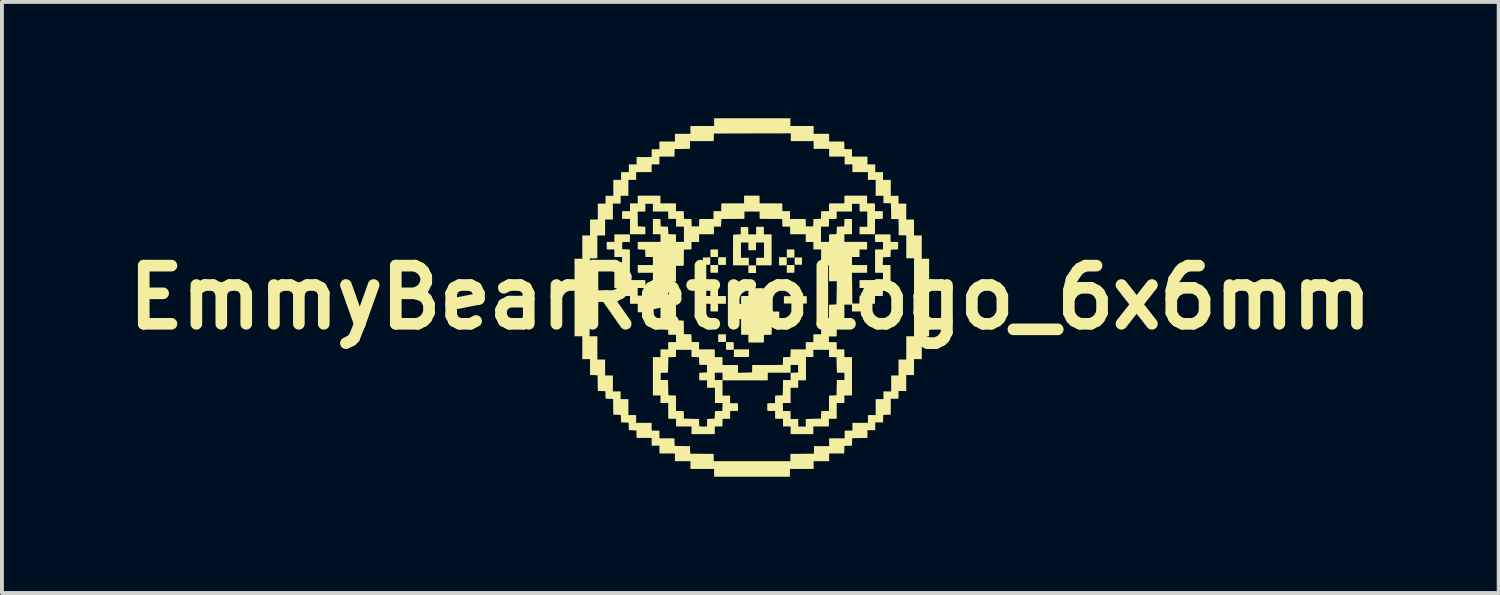
<source format=kicad_pcb>
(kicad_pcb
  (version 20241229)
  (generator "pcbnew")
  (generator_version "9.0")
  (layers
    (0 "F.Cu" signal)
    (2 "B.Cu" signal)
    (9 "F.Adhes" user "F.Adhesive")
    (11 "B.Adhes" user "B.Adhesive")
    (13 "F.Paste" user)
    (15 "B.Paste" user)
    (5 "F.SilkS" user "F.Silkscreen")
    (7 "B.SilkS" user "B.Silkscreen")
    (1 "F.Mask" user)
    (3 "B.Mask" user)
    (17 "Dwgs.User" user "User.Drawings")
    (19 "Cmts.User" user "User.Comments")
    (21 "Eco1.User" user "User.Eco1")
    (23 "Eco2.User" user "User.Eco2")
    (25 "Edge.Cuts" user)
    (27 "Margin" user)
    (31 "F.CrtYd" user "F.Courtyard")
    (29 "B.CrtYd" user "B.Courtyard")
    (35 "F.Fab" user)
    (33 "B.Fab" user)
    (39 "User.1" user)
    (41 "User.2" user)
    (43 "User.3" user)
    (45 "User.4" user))
  (footprint "EmmyBearRetroLogo_6x6mm"
    (layer "F.Cu")
    (at 16.3 4.622)
    (property "Reference" "EmmyBearRetroLogo_6x6mm" (at 0 0 0) (layer "F.SilkS") (effects (font (size 1.5 1.5) (thickness 0.3))))
    (attr board_only exclude_from_pos_files exclude_from_bom)
    (fp_poly (pts (xy -1.033 -0.939) (xy -1.033 -0.844) (xy -1.128 -0.844) (xy -1.222 -0.844) (xy -1.222 -0.939) (xy -1.222 -1.033) (xy -1.128 -1.033) (xy -1.033 -1.033)) (stroke (width 0) (type solid)) (fill yes) (layer "F.SilkS"))
    (fp_poly (pts (xy -0.833 -1.139) (xy -0.833 -1.044) (xy -0.928 -1.044) (xy -1.022 -1.044) (xy -1.022 -1.139) (xy -1.022 -1.233) (xy -0.928 -1.233) (xy -0.833 -1.233)) (stroke (width 0) (type solid)) (fill yes) (layer "F.SilkS"))
    (fp_poly (pts (xy -0.833 -1.139) (xy -0.833 -1.044) (xy -0.928 -1.044) (xy -1.022 -1.044) (xy -1.022 -1.139) (xy -1.022 -1.233) (xy -0.928 -1.233) (xy -0.833 -1.233)) (stroke (width 0) (type solid)) (fill yes) (layer "F.SilkS"))
    (fp_poly (pts (xy -0.833 -0.739) (xy -0.833 -0.644) (xy -0.928 -0.644) (xy -1.022 -0.644) (xy -1.022 -0.739) (xy -1.022 -0.833) (xy -0.928 -0.833) (xy -0.833 -0.833)) (stroke (width 0) (type solid)) (fill yes) (layer "F.SilkS"))
    (fp_poly (pts (xy -0.833 -0.739) (xy -0.833 -0.644) (xy -0.928 -0.644) (xy -1.022 -0.644) (xy -1.022 -0.739) (xy -1.022 -0.833) (xy -0.928 -0.833) (xy -0.833 -0.833)) (stroke (width 0) (type solid)) (fill yes) (layer "F.SilkS"))
    (fp_poly (pts (xy -0.633 -0.939) (xy -0.633 -0.844) (xy -0.728 -0.844) (xy -0.822 -0.844) (xy -0.822 -0.939) (xy -0.822 -1.033) (xy -0.728 -1.033) (xy -0.633 -1.033)) (stroke (width 0) (type solid)) (fill yes) (layer "F.SilkS"))
    (fp_poly (pts (xy -0.633 -0.939) (xy -0.633 -0.844) (xy -0.728 -0.844) (xy -0.822 -0.844) (xy -0.822 -0.939) (xy -0.822 -1.033) (xy -0.728 -1.033) (xy -0.633 -1.033)) (stroke (width 0) (type solid)) (fill yes) (layer "F.SilkS"))
    (fp_poly (pts (xy -0.633 1.05) (xy -0.633 1.144) (xy -0.728 1.144) (xy -0.822 1.144) (xy -0.822 1.05) (xy -0.822 0.956) (xy -0.728 0.956) (xy -0.633 0.956)) (stroke (width 0) (type solid)) (fill yes) (layer "F.SilkS"))
    (fp_poly (pts (xy -0.633 1.05) (xy -0.633 1.144) (xy -0.728 1.144) (xy -0.822 1.144) (xy -0.822 1.05) (xy -0.822 0.956) (xy -0.728 0.956) (xy -0.633 0.956)) (stroke (width 0) (type solid)) (fill yes) (layer "F.SilkS"))
    (fp_poly (pts (xy -0.433 1.25) (xy -0.433 1.344) (xy -0.528 1.344) (xy -0.622 1.344) (xy -0.622 1.25) (xy -0.622 1.156) (xy -0.528 1.156) (xy -0.433 1.156)) (stroke (width 0) (type solid)) (fill yes) (layer "F.SilkS"))
    (fp_poly (pts (xy -0.433 1.25) (xy -0.433 1.344) (xy -0.528 1.344) (xy -0.622 1.344) (xy -0.622 1.25) (xy -0.622 1.156) (xy -0.528 1.156) (xy -0.433 1.156)) (stroke (width 0) (type solid)) (fill yes) (layer "F.SilkS"))
    (fp_poly (pts (xy -0.033 1.439) (xy -0.033 1.533) (xy -0.228 1.533) (xy -0.422 1.533) (xy -0.422 1.439) (xy -0.422 1.344) (xy -0.228 1.344) (xy -0.033 1.344)) (stroke (width 0) (type solid)) (fill yes) (layer "F.SilkS"))
    (fp_poly (pts (xy -0.033 1.439) (xy -0.033 1.533) (xy -0.228 1.533) (xy -0.422 1.533) (xy -0.422 1.439) (xy -0.422 1.344) (xy -0.228 1.344) (xy -0.033 1.344)) (stroke (width 0) (type solid)) (fill yes) (layer "F.SilkS"))
    (fp_poly (pts (xy 0.144 -0.728) (xy 0.144 -0.633) (xy 0.05 -0.633) (xy -0.044 -0.633) (xy -0.044 -0.728) (xy -0.044 -0.822) (xy 0.05 -0.822) (xy 0.144 -0.822)) (stroke (width 0) (type solid)) (fill yes) (layer "F.SilkS"))
    (fp_poly (pts (xy 0.144 -0.728) (xy 0.144 -0.633) (xy 0.05 -0.633) (xy -0.044 -0.633) (xy -0.044 -0.728) (xy -0.044 -0.822) (xy 0.05 -0.822) (xy 0.144 -0.822)) (stroke (width 0) (type solid)) (fill yes) (layer "F.SilkS"))
    (fp_poly (pts (xy 0.933 -0.933) (xy 0.933 -0.833) (xy 0.839 -0.833) (xy 0.744 -0.833) (xy 0.744 -0.933) (xy 0.744 -1.033) (xy 0.839 -1.033) (xy 0.933 -1.033)) (stroke (width 0) (type solid)) (fill yes) (layer "F.SilkS"))
    (fp_poly (pts (xy 0.933 -0.933) (xy 0.933 -0.833) (xy 0.839 -0.833) (xy 0.744 -0.833) (xy 0.744 -0.933) (xy 0.744 -1.033) (xy 0.839 -1.033) (xy 0.933 -1.033)) (stroke (width 0) (type solid)) (fill yes) (layer "F.SilkS"))
    (fp_poly (pts (xy 1.133 -1.133) (xy 1.133 -1.033) (xy 1.039 -1.033) (xy 0.944 -1.033) (xy 0.944 -1.133) (xy 0.944 -1.233) (xy 1.039 -1.233) (xy 1.133 -1.233)) (stroke (width 0) (type solid)) (fill yes) (layer "F.SilkS"))
    (fp_poly (pts (xy 1.133 -1.133) (xy 1.133 -1.033) (xy 1.039 -1.033) (xy 0.944 -1.033) (xy 0.944 -1.133) (xy 0.944 -1.233) (xy 1.039 -1.233) (xy 1.133 -1.233)) (stroke (width 0) (type solid)) (fill yes) (layer "F.SilkS"))
    (fp_poly (pts (xy 1.133 -0.739) (xy 1.133 -0.644) (xy 1.039 -0.644) (xy 0.944 -0.644) (xy 0.944 -0.739) (xy 0.944 -0.833) (xy 1.039 -0.833) (xy 1.133 -0.833)) (stroke (width 0) (type solid)) (fill yes) (layer "F.SilkS"))
    (fp_poly (pts (xy 1.133 -0.739) (xy 1.133 -0.644) (xy 1.039 -0.644) (xy 0.944 -0.644) (xy 0.944 -0.739) (xy 0.944 -0.833) (xy 1.039 -0.833) (xy 1.133 -0.833)) (stroke (width 0) (type solid)) (fill yes) (layer "F.SilkS"))
    (fp_poly (pts (xy 1.333 -0.939) (xy 1.333 -0.844) (xy 1.239 -0.844) (xy 1.144 -0.844) (xy 1.144 -0.939) (xy 1.144 -1.033) (xy 1.239 -1.033) (xy 1.333 -1.033)) (stroke (width 0) (type solid)) (fill yes) (layer "F.SilkS"))
    (fp_poly (pts (xy -0.833 -0.133) (xy -0.833 -0.033) (xy -0.733 -0.033) (xy -0.633 -0.033) (xy -0.633 0.061) (xy -0.633 0.156) (xy -0.733 0.156) (xy -0.833 0.156) (xy -0.833 0.256) (xy -0.833 0.356) (xy -0.928 0.356) (xy -1.022 0.356) (xy -1.022 0.256) (xy -1.022 0.156) (xy -1.122 0.156) (xy -1.222 0.156) (xy -1.222 0.062) (xy -1.222 -0.032) (xy -1.125 -0.036) (xy -1.028 -0.039) (xy -1.025 -0.136) (xy -1.021 -0.233) (xy -0.927 -0.233) (xy -0.833 -0.233)) (stroke (width 0) (type solid)) (fill yes) (layer "F.SilkS"))
    (fp_poly (pts (xy -0.833 -0.133) (xy -0.833 -0.033) (xy -0.733 -0.033) (xy -0.633 -0.033) (xy -0.633 0.061) (xy -0.633 0.156) (xy -0.733 0.156) (xy -0.833 0.156) (xy -0.833 0.256) (xy -0.833 0.356) (xy -0.928 0.356) (xy -1.022 0.356) (xy -1.022 0.256) (xy -1.022 0.156) (xy -1.122 0.156) (xy -1.222 0.156) (xy -1.222 0.062) (xy -1.222 -0.032) (xy -1.125 -0.036) (xy -1.028 -0.039) (xy -1.025 -0.136) (xy -1.021 -0.233) (xy -0.927 -0.233) (xy -0.833 -0.233)) (stroke (width 0) (type solid)) (fill yes) (layer "F.SilkS"))
    (fp_poly (pts (xy 1.258 -0.136) (xy 1.261 -0.039) (xy 1.358 -0.036) (xy 1.456 -0.032) (xy 1.456 0.061) (xy 1.456 0.155) (xy 1.358 0.158) (xy 1.261 0.161) (xy 1.258 0.258) (xy 1.255 0.356) (xy 1.161 0.356) (xy 1.067 0.356) (xy 1.067 0.256) (xy 1.067 0.156) (xy 0.967 0.156) (xy 0.867 0.156) (xy 0.867 0.061) (xy 0.867 -0.033) (xy 0.967 -0.033) (xy 1.067 -0.033) (xy 1.067 -0.133) (xy 1.067 -0.233) (xy 1.161 -0.233) (xy 1.255 -0.233)) (stroke (width 0) (type solid)) (fill yes) (layer "F.SilkS"))
    (fp_poly (pts (xy 0.344 -0.133) (xy 0.344 -0.033) (xy 0.444 -0.033) (xy 0.544 -0.033) (xy 0.544 0.167) (xy 0.544 0.367) (xy 0.644 0.367) (xy 0.744 0.367) (xy 0.744 0.461) (xy 0.744 0.555) (xy 0.647 0.558) (xy 0.55 0.561) (xy 0.547 0.758) (xy 0.544 0.955) (xy 0.447 0.958) (xy 0.35 0.961) (xy 0.347 1.058) (xy 0.344 1.156) (xy 0.15 1.156) (xy -0.044 1.156) (xy -0.044 1.056) (xy -0.044 0.956) (xy -0.139 0.956) (xy -0.233 0.956) (xy -0.233 0.756) (xy -0.233 0.556) (xy -0.333 0.556) (xy -0.433 0.556) (xy -0.433 0.361) (xy -0.433 0.167) (xy -0.333 0.167) (xy -0.233 0.167) (xy -0.233 0.067) (xy -0.233 -0.033) (xy -0.139 -0.033) (xy -0.044 -0.033) (xy -0.044 -0.133) (xy -0.044 -0.233) (xy 0.15 -0.233) (xy 0.344 -0.233)) (stroke (width 0) (type solid)) (fill yes) (layer "F.SilkS"))
    (fp_poly (pts (xy 0.344 -0.133) (xy 0.344 -0.033) (xy 0.444 -0.033) (xy 0.544 -0.033) (xy 0.544 0.167) (xy 0.544 0.367) (xy 0.644 0.367) (xy 0.744 0.367) (xy 0.744 0.461) (xy 0.744 0.555) (xy 0.647 0.558) (xy 0.55 0.561) (xy 0.547 0.758) (xy 0.544 0.955) (xy 0.447 0.958) (xy 0.35 0.961) (xy 0.347 1.058) (xy 0.344 1.156) (xy 0.15 1.156) (xy -0.044 1.156) (xy -0.044 1.056) (xy -0.044 0.956) (xy -0.139 0.956) (xy -0.233 0.956) (xy -0.233 0.756) (xy -0.233 0.556) (xy -0.333 0.556) (xy -0.433 0.556) (xy -0.433 0.361) (xy -0.433 0.167) (xy -0.333 0.167) (xy -0.233 0.167) (xy -0.233 0.067) (xy -0.233 -0.033) (xy -0.139 -0.033) (xy -0.044 -0.033) (xy -0.044 -0.133) (xy -0.044 -0.233) (xy 0.15 -0.233) (xy 0.344 -0.233)) (stroke (width 0) (type solid)) (fill yes) (layer "F.SilkS"))
    (fp_poly (pts (xy 0.344 -1.722) (xy 0.344 -1.622) (xy 0.444 -1.622) (xy 0.544 -1.622) (xy 0.544 -1.228) (xy 0.544 -0.833) (xy 0.35 -0.833) (xy 0.156 -0.833) (xy 0.156 -0.928) (xy 0.156 -1.022) (xy 0.256 -1.022) (xy 0.356 -1.022) (xy 0.356 -1.222) (xy 0.356 -1.422) (xy 0.25 -1.422) (xy 0.144 -1.422) (xy 0.144 -1.322) (xy 0.144 -1.222) (xy 0.05 -1.222) (xy -0.044 -1.222) (xy -0.044 -1.322) (xy -0.044 -1.422) (xy -0.144 -1.422) (xy -0.244 -1.422) (xy -0.244 -1.222) (xy -0.244 -1.022) (xy -0.144 -1.022) (xy -0.044 -1.022) (xy -0.044 -0.928) (xy -0.044 -0.833) (xy -0.245 -0.833) (xy -0.445 -0.833) (xy -0.442 -1.225) (xy -0.439 -1.617) (xy -0.342 -1.62) (xy -0.244 -1.623) (xy -0.244 -1.717) (xy -0.244 -1.811) (xy -0.15 -1.811) (xy -0.056 -1.811) (xy -0.056 -1.717) (xy -0.056 -1.622) (xy 0.05 -1.622) (xy 0.156 -1.622) (xy 0.156 -1.722) (xy 0.156 -1.822) (xy 0.25 -1.822) (xy 0.344 -1.822)) (stroke (width 0) (type solid)) (fill yes) (layer "F.SilkS"))
    (fp_poly (pts (xy 0.344 -1.722) (xy 0.344 -1.622) (xy 0.444 -1.622) (xy 0.544 -1.622) (xy 0.544 -1.228) (xy 0.544 -0.833) (xy 0.35 -0.833) (xy 0.156 -0.833) (xy 0.156 -0.928) (xy 0.156 -1.022) (xy 0.256 -1.022) (xy 0.356 -1.022) (xy 0.356 -1.222) (xy 0.356 -1.422) (xy 0.25 -1.422) (xy 0.144 -1.422) (xy 0.144 -1.322) (xy 0.144 -1.222) (xy 0.05 -1.222) (xy -0.044 -1.222) (xy -0.044 -1.322) (xy -0.044 -1.422) (xy -0.144 -1.422) (xy -0.244 -1.422) (xy -0.244 -1.222) (xy -0.244 -1.022) (xy -0.144 -1.022) (xy -0.044 -1.022) (xy -0.044 -0.928) (xy -0.044 -0.833) (xy -0.245 -0.833) (xy -0.445 -0.833) (xy -0.442 -1.225) (xy -0.439 -1.617) (xy -0.342 -1.62) (xy -0.244 -1.623) (xy -0.244 -1.717) (xy -0.244 -1.811) (xy -0.15 -1.811) (xy -0.056 -1.811) (xy -0.056 -1.717) (xy -0.056 -1.622) (xy 0.05 -1.622) (xy 0.156 -1.622) (xy 0.156 -1.722) (xy 0.156 -1.822) (xy 0.25 -1.822) (xy 0.344 -1.822)) (stroke (width 0) (type solid)) (fill yes) (layer "F.SilkS"))
    (fp_poly (pts (xy -3.111 -1.528) (xy -3.111 -1.434) (xy -3.208 -1.431) (xy -3.306 -1.428) (xy -3.306 -1.333) (xy -3.306 -1.239) (xy -3.208 -1.236) (xy -3.111 -1.232) (xy -3.111 -0.939) (xy -3.111 -0.645) (xy -3.208 -0.642) (xy -3.306 -0.639) (xy -3.309 -0.542) (xy -3.312 -0.444) (xy -3.012 -0.444) (xy -2.711 -0.444) (xy -2.711 -0.344) (xy -2.711 -0.244) (xy -2.811 -0.244) (xy -2.911 -0.244) (xy -2.911 -0.144) (xy -2.911 -0.044) (xy -2.811 -0.044) (xy -2.711 -0.044) (xy -2.711 0.072) (xy -2.711 0.189) (xy -2.611 0.189) (xy -2.511 0.189) (xy -2.511 0.283) (xy -2.511 0.378) (xy -2.706 0.378) (xy -2.9 0.378) (xy -2.9 0.267) (xy -2.9 0.156) (xy -3 0.156) (xy -3.1 0.156) (xy -3.1 0.056) (xy -3.1 -0.044) (xy -3.2 -0.044) (xy -3.3 -0.044) (xy -3.3 -0.144) (xy -3.3 -0.244) (xy -3.4 -0.244) (xy -3.5 -0.244) (xy -3.5 -0.539) (xy -3.5 -0.833) (xy -3.4 -0.833) (xy -3.3 -0.833) (xy -3.3 -0.939) (xy -3.3 -1.044) (xy -3.4 -1.044) (xy -3.5 -1.044) (xy -3.5 -1.144) (xy -3.5 -1.244) (xy -3.6 -1.244) (xy -3.7 -1.244) (xy -3.7 -1.339) (xy -3.7 -1.433) (xy -3.6 -1.433) (xy -3.5 -1.433) (xy -3.5 -1.528) (xy -3.5 -1.622) (xy -3.306 -1.622) (xy -3.111 -1.622)) (stroke (width 0) (type solid)) (fill yes) (layer "F.SilkS"))
    (fp_poly (pts (xy -3.111 -1.528) (xy -3.111 -1.434) (xy -3.208 -1.431) (xy -3.306 -1.428) (xy -3.306 -1.333) (xy -3.306 -1.239) (xy -3.208 -1.236) (xy -3.111 -1.232) (xy -3.111 -0.939) (xy -3.111 -0.645) (xy -3.208 -0.642) (xy -3.306 -0.639) (xy -3.309 -0.542) (xy -3.312 -0.444) (xy -3.012 -0.444) (xy -2.711 -0.444) (xy -2.711 -0.344) (xy -2.711 -0.244) (xy -2.811 -0.244) (xy -2.911 -0.244) (xy -2.911 -0.144) (xy -2.911 -0.044) (xy -2.811 -0.044) (xy -2.711 -0.044) (xy -2.711 0.072) (xy -2.711 0.189) (xy -2.611 0.189) (xy -2.511 0.189) (xy -2.511 0.283) (xy -2.511 0.378) (xy -2.706 0.378) (xy -2.9 0.378) (xy -2.9 0.267) (xy -2.9 0.156) (xy -3 0.156) (xy -3.1 0.156) (xy -3.1 0.056) (xy -3.1 -0.044) (xy -3.2 -0.044) (xy -3.3 -0.044) (xy -3.3 -0.144) (xy -3.3 -0.244) (xy -3.4 -0.244) (xy -3.5 -0.244) (xy -3.5 -0.539) (xy -3.5 -0.833) (xy -3.4 -0.833) (xy -3.3 -0.833) (xy -3.3 -0.939) (xy -3.3 -1.044) (xy -3.4 -1.044) (xy -3.5 -1.044) (xy -3.5 -1.144) (xy -3.5 -1.244) (xy -3.6 -1.244) (xy -3.7 -1.244) (xy -3.7 -1.339) (xy -3.7 -1.433) (xy -3.6 -1.433) (xy -3.5 -1.433) (xy -3.5 -1.528) (xy -3.5 -1.622) (xy -3.306 -1.622) (xy -3.111 -1.622)) (stroke (width 0) (type solid)) (fill yes) (layer "F.SilkS"))
    (fp_poly (pts (xy 1.033 -4.522) (xy 1.033 -4.422) (xy 1.333 -4.422) (xy 1.633 -4.422) (xy 1.633 -4.322) (xy 1.633 -4.222) (xy 1.833 -4.222) (xy 2.033 -4.222) (xy 2.033 -4.122) (xy 2.033 -4.022) (xy 2.227 -4.022) (xy 2.421 -4.022) (xy 2.425 -3.925) (xy 2.428 -3.828) (xy 2.525 -3.825) (xy 2.622 -3.821) (xy 2.622 -3.727) (xy 2.622 -3.633) (xy 2.822 -3.633) (xy 3.022 -3.633) (xy 3.022 -3.533) (xy 3.022 -3.433) (xy 3.122 -3.433) (xy 3.222 -3.433) (xy 3.222 -3.333) (xy 3.222 -3.233) (xy 3.322 -3.233) (xy 3.422 -3.233) (xy 3.422 -3.133) (xy 3.422 -3.033) (xy 3.522 -3.033) (xy 3.622 -3.033) (xy 3.622 -2.828) (xy 3.622 -2.622) (xy 3.722 -2.622) (xy 3.822 -2.622) (xy 3.822 -2.522) (xy 3.822 -2.422) (xy 3.922 -2.422) (xy 4.022 -2.422) (xy 4.022 -2.217) (xy 4.022 -2.011) (xy 4.122 -2.011) (xy 4.222 -2.011) (xy 4.222 -1.806) (xy 4.222 -1.6) (xy 4.322 -1.6) (xy 4.422 -1.6) (xy 4.422 -1.3) (xy 4.422 -1) (xy 4.517 -1) (xy 4.611 -1) (xy 4.611 0) (xy 4.611 1) (xy 4.517 1) (xy 4.422 1) (xy 4.422 1.294) (xy 4.422 1.589) (xy 4.322 1.589) (xy 4.222 1.589) (xy 4.222 1.794) (xy 4.222 2) (xy 4.122 2) (xy 4.022 2) (xy 4.022 2.206) (xy 4.022 2.411) (xy 3.922 2.411) (xy 3.822 2.411) (xy 3.822 2.511) (xy 3.822 2.611) (xy 3.722 2.611) (xy 3.622 2.611) (xy 3.622 2.816) (xy 3.622 3.021) (xy 3.525 3.025) (xy 3.428 3.028) (xy 3.425 3.125) (xy 3.421 3.222) (xy 3.322 3.222) (xy 3.222 3.222) (xy 3.222 3.322) (xy 3.222 3.422) (xy 3.122 3.422) (xy 3.022 3.422) (xy 3.022 3.522) (xy 3.022 3.622) (xy 2.825 3.625) (xy 2.628 3.628) (xy 2.625 3.725) (xy 2.621 3.821) (xy 2.525 3.825) (xy 2.428 3.828) (xy 2.425 3.925) (xy 2.421 4.022) (xy 2.227 4.022) (xy 2.033 4.022) (xy 2.033 4.122) (xy 2.033 4.222) (xy 1.833 4.222) (xy 1.633 4.222) (xy 1.633 4.322) (xy 1.633 4.422) (xy 1.328 4.422) (xy 1.022 4.422) (xy 1.022 4.522) (xy 1.022 4.622) (xy 0.044 4.622) (xy -0.933 4.622) (xy -0.933 4.522) (xy -0.933 4.422) (xy -1.239 4.422) (xy -1.544 4.422) (xy -1.544 4.322) (xy -1.544 4.222) (xy -1.744 4.222) (xy -1.944 4.222) (xy -1.944 4.122) (xy -1.944 4.022) (xy -2.144 4.022) (xy -2.344 4.022) (xy -2.344 3.922) (xy -2.344 3.822) (xy -2.444 3.822) (xy -2.544 3.822) (xy -2.544 3.722) (xy -2.544 3.622) (xy -2.738 3.622) (xy -2.932 3.622) (xy -2.936 3.525) (xy -2.939 3.428) (xy -3.036 3.425) (xy -3.132 3.421) (xy -3.136 3.325) (xy -3.139 3.228) (xy -3.236 3.225) (xy -3.332 3.221) (xy -3.336 3.125) (xy -3.339 3.028) (xy -3.436 3.025) (xy -3.533 3.021) (xy -3.536 2.819) (xy -3.539 2.617) (xy -3.636 2.613) (xy -3.732 2.61) (xy -3.736 2.513) (xy -3.739 2.417) (xy -3.836 2.413) (xy -3.933 2.41) (xy -3.936 2.208) (xy -3.939 2.006) (xy -4.036 2.002) (xy -4.133 1.999) (xy -4.133 1.794) (xy -4.133 1.589) (xy -4.233 1.589) (xy -4.333 1.589) (xy -4.333 1.294) (xy -4.333 1) (xy -4.145 1) (xy -4.045 1) (xy -3.944 1) (xy -3.944 1.3) (xy -3.944 1.6) (xy -3.844 1.6) (xy -3.744 1.6) (xy -3.744 1.806) (xy -3.744 2.011) (xy -3.644 2.011) (xy -3.544 2.011) (xy -3.544 2.217) (xy -3.544 2.422) (xy -3.444 2.422) (xy -3.344 2.422) (xy -3.344 2.522) (xy -3.344 2.622) (xy -3.244 2.622) (xy -3.144 2.622) (xy -3.144 2.828) (xy -3.144 3.033) (xy -3.044 3.033) (xy -2.944 3.033) (xy -2.944 3.133) (xy -2.944 3.233) (xy -2.744 3.233) (xy -2.544 3.233) (xy -2.544 3.333) (xy -2.544 3.433) (xy -2.444 3.433) (xy -2.344 3.433) (xy -2.344 3.533) (xy -2.344 3.633) (xy -2.15 3.633) (xy -1.956 3.633) (xy -1.953 3.731) (xy -1.95 3.828) (xy -1.753 3.831) (xy -1.556 3.834) (xy -1.553 3.931) (xy -1.55 4.028) (xy -1.247 4.031) (xy -0.944 4.034) (xy -0.944 4.128) (xy -0.944 4.222) (xy 0.044 4.222) (xy 1.033 4.222) (xy 1.033 4.128) (xy 1.033 4.034) (xy 1.336 4.031) (xy 1.639 4.028) (xy 1.642 3.931) (xy 1.645 3.833) (xy 1.839 3.833) (xy 2.033 3.833) (xy 2.033 3.733) (xy 2.033 3.633) (xy 2.233 3.633) (xy 2.433 3.633) (xy 2.433 3.533) (xy 2.433 3.433) (xy 2.533 3.433) (xy 2.633 3.433) (xy 2.633 3.333) (xy 2.633 3.233) (xy 2.833 3.233) (xy 3.033 3.233) (xy 3.033 3.133) (xy 3.033 3.033) (xy 3.133 3.033) (xy 3.233 3.033) (xy 3.233 2.828) (xy 3.233 2.622) (xy 3.333 2.622) (xy 3.433 2.622) (xy 3.433 2.522) (xy 3.433 2.422) (xy 3.533 2.422) (xy 3.633 2.422) (xy 3.633 2.217) (xy 3.633 2.011) (xy 3.728 2.011) (xy 3.822 2.011) (xy 3.822 1.806) (xy 3.822 1.6) (xy 3.922 1.6) (xy 4.022 1.6) (xy 4.022 1.3) (xy 4.022 1) (xy 4.122 1) (xy 4.222 1) (xy 4.222 -0.006) (xy 4.222 -1.011) (xy 4.122 -1.011) (xy 4.022 -1.011) (xy 4.022 -1.305) (xy 4.022 -1.599) (xy 3.925 -1.602) (xy 3.828 -1.606) (xy 3.825 -1.814) (xy 3.822 -2.022) (xy 3.728 -2.022) (xy 3.634 -2.022) (xy 3.631 -2.225) (xy 3.628 -2.428) (xy 3.531 -2.431) (xy 3.433 -2.434) (xy 3.433 -2.528) (xy 3.433 -2.622) (xy 3.333 -2.622) (xy 3.233 -2.622) (xy 3.233 -2.828) (xy 3.233 -3.033) (xy 3.133 -3.033) (xy 3.033 -3.033) (xy 3.033 -3.133) (xy 3.033 -3.233) (xy 2.833 -3.233) (xy 2.633 -3.233) (xy 2.633 -3.333) (xy 2.633 -3.433) (xy 2.533 -3.433) (xy 2.433 -3.433) (xy 2.433 -3.533) (xy 2.433 -3.633) (xy 2.233 -3.633) (xy 2.033 -3.633) (xy 2.033 -3.733) (xy 2.033 -3.833) (xy 1.833 -3.833) (xy 1.633 -3.833) (xy 1.633 -3.933) (xy 1.633 -4.033) (xy 1.339 -4.033) (xy 1.044 -4.033) (xy 1.044 -4.133) (xy 1.044 -4.233) (xy 0.053 -4.231) (xy -0.939 -4.228) (xy -0.942 -4.131) (xy -0.945 -4.033) (xy -1.25 -4.033) (xy -1.556 -4.033) (xy -1.556 -3.934) (xy -1.556 -3.834) (xy -1.753 -3.831) (xy -1.95 -3.828) (xy -1.953 -3.731) (xy -1.956 -3.633) (xy -2.15 -3.633) (xy -2.344 -3.633) (xy -2.344 -3.533) (xy -2.344 -3.433) (xy -2.444 -3.433) (xy -2.544 -3.433) (xy -2.544 -3.333) (xy -2.544 -3.233) (xy -2.744 -3.233) (xy -2.944 -3.233) (xy -2.944 -3.133) (xy -2.944 -3.033) (xy -3.044 -3.033) (xy -3.144 -3.033) (xy -3.144 -2.828) (xy -3.144 -2.622) (xy -3.244 -2.622) (xy -3.344 -2.622) (xy -3.344 -2.522) (xy -3.344 -2.422) (xy -3.444 -2.422) (xy -3.544 -2.422) (xy -3.544 -2.217) (xy -3.544 -2.011) (xy -3.644 -2.011) (xy -3.744 -2.011) (xy -3.744 -1.806) (xy -3.744 -1.6) (xy -3.844 -1.6) (xy -3.944 -1.6) (xy -3.944 -1.306) (xy -3.944 -1.012) (xy -4.042 -1.009) (xy -4.139 -1.006) (xy -4.142 -0.003) (xy -4.145 1) (xy -4.333 1) (xy -4.433 1) (xy -4.533 1) (xy -4.533 0) (xy -4.533 -1) (xy -4.433 -1) (xy -4.333 -1) (xy -4.333 -1.3) (xy -4.333 -1.6) (xy -4.233 -1.6) (xy -4.133 -1.6) (xy -4.133 -1.806) (xy -4.133 -2.011) (xy -4.033 -2.011) (xy -3.933 -2.011) (xy -3.933 -2.217) (xy -3.933 -2.422) (xy -3.833 -2.422) (xy -3.733 -2.422) (xy -3.733 -2.522) (xy -3.733 -2.622) (xy -3.633 -2.622) (xy -3.533 -2.622) (xy -3.533 -2.828) (xy -3.533 -3.033) (xy -3.433 -3.033) (xy -3.333 -3.033) (xy -3.333 -3.133) (xy -3.333 -3.233) (xy -3.233 -3.233) (xy -3.133 -3.233) (xy -3.133 -3.333) (xy -3.133 -3.433) (xy -3.033 -3.433) (xy -2.933 -3.433) (xy -2.933 -3.528) (xy -2.933 -3.622) (xy -2.739 -3.622) (xy -2.544 -3.622) (xy -2.544 -3.722) (xy -2.544 -3.822) (xy -2.444 -3.822) (xy -2.344 -3.822) (xy -2.344 -3.922) (xy -2.344 -4.022) (xy -2.144 -4.022) (xy -1.944 -4.022) (xy -1.944 -4.122) (xy -1.944 -4.222) (xy -1.744 -4.222) (xy -1.544 -4.222) (xy -1.544 -4.322) (xy -1.544 -4.422) (xy -1.239 -4.422) (xy -0.933 -4.422) (xy -0.933 -4.522) (xy -0.933 -4.622) (xy 0.05 -4.622) (xy 1.033 -4.622)) (stroke (width 0) (type solid)) (fill yes) (layer "F.SilkS"))
    (fp_poly (pts (xy -2.322 -2.522) (xy -2.322 -2.422) (xy -2.122 -2.422) (xy -1.922 -2.422) (xy -1.922 -2.322) (xy -1.922 -2.222) (xy -1.823 -2.222) (xy -1.723 -2.222) (xy -1.72 -2.125) (xy -1.717 -2.028) (xy -1.62 -2.025) (xy -1.523 -2.021) (xy -1.52 -1.925) (xy -1.517 -1.828) (xy -1.417 -1.828) (xy -1.317 -1.828) (xy -1.313 -1.925) (xy -1.31 -2.022) (xy -1.127 -2.022) (xy -0.944 -2.022) (xy -0.944 -2.122) (xy -0.944 -2.222) (xy -0.844 -2.222) (xy -0.744 -2.222) (xy -0.744 -2.322) (xy -0.744 -2.422) (xy -0.45 -2.422) (xy -0.156 -2.422) (xy -0.156 -2.522) (xy -0.156 -2.622) (xy 0.039 -2.622) (xy 0.233 -2.622) (xy 0.233 -2.522) (xy 0.233 -2.422) (xy 0.528 -2.422) (xy 0.822 -2.422) (xy 0.822 -2.322) (xy 0.822 -2.222) (xy 0.922 -2.222) (xy 1.022 -2.222) (xy 1.022 -2.122) (xy 1.022 -2.022) (xy 1.222 -2.022) (xy 1.421 -2.022) (xy 1.425 -1.925) (xy 1.428 -1.828) (xy 1.528 -1.828) (xy 1.628 -1.828) (xy 1.631 -1.925) (xy 1.634 -2.021) (xy 1.731 -2.025) (xy 1.828 -2.028) (xy 1.831 -2.125) (xy 1.834 -2.222) (xy 1.934 -2.222) (xy 2.033 -2.222) (xy 2.033 -2.322) (xy 2.033 -2.422) (xy 2.233 -2.422) (xy 2.433 -2.422) (xy 2.433 -2.522) (xy 2.433 -2.622) (xy 2.722 -2.622) (xy 3.011 -2.622) (xy 3.011 -2.522) (xy 3.011 -2.422) (xy 3.111 -2.422) (xy 3.211 -2.422) (xy 3.211 -2.322) (xy 3.211 -2.222) (xy 3.311 -2.222) (xy 3.411 -2.222) (xy 3.411 -2.128) (xy 3.411 -2.034) (xy 3.314 -2.031) (xy 3.217 -2.028) (xy 3.214 -1.831) (xy 3.211 -1.633) (xy 3.016 -1.633) (xy 2.822 -1.633) (xy 2.822 -1.728) (xy 2.822 -1.822) (xy 2.922 -1.822) (xy 3.022 -1.822) (xy 3.022 -2.022) (xy 3.022 -2.222) (xy 2.922 -2.222) (xy 2.822 -2.222) (xy 2.822 -2.322) (xy 2.822 -2.422) (xy 2.722 -2.422) (xy 2.622 -2.422) (xy 2.622 -2.322) (xy 2.622 -2.222) (xy 2.422 -2.222) (xy 2.222 -2.222) (xy 2.222 -2.128) (xy 2.222 -2.034) (xy 2.125 -2.031) (xy 2.028 -2.028) (xy 2.025 -1.931) (xy 2.021 -1.833) (xy 1.922 -1.833) (xy 1.822 -1.833) (xy 1.822 -1.633) (xy 1.822 -1.433) (xy 1.928 -1.433) (xy 2.033 -1.433) (xy 2.033 -1.527) (xy 2.033 -1.621) (xy 2.131 -1.625) (xy 2.228 -1.628) (xy 2.231 -1.725) (xy 2.234 -1.821) (xy 2.331 -1.825) (xy 2.428 -1.828) (xy 2.431 -1.925) (xy 2.434 -2.022) (xy 2.528 -2.022) (xy 2.622 -2.022) (xy 2.622 -1.828) (xy 2.622 -1.633) (xy 2.522 -1.633) (xy 2.422 -1.633) (xy 2.422 -1.533) (xy 2.422 -1.433) (xy 2.717 -1.433) (xy 3.011 -1.433) (xy 3.011 -1.339) (xy 3.011 -1.244) (xy 2.911 -1.244) (xy 2.811 -1.244) (xy 2.811 -1.144) (xy 2.811 -1.044) (xy 2.717 -1.044) (xy 2.622 -1.044) (xy 2.622 -0.939) (xy 2.622 -0.833) (xy 2.817 -0.833) (xy 3.011 -0.833) (xy 3.011 -0.739) (xy 3.011 -0.644) (xy 2.817 -0.644) (xy 2.622 -0.644) (xy 2.625 -0.242) (xy 2.628 0.161) (xy 2.722 0.161) (xy 2.817 0.161) (xy 2.82 0.058) (xy 2.823 -0.044) (xy 2.923 -0.044) (xy 3.022 -0.044) (xy 3.022 -0.144) (xy 3.022 -0.244) (xy 2.922 -0.244) (xy 2.822 -0.244) (xy 2.822 -0.344) (xy 2.822 -0.444) (xy 3.122 -0.444) (xy 3.422 -0.444) (xy 3.422 -0.544) (xy 3.422 -0.644) (xy 3.322 -0.644) (xy 3.222 -0.644) (xy 3.222 -0.939) (xy 3.222 -1.233) (xy 3.322 -1.233) (xy 3.422 -1.233) (xy 3.422 -1.333) (xy 3.422 -1.433) (xy 3.322 -1.433) (xy 3.222 -1.433) (xy 3.222 -1.528) (xy 3.222 -1.622) (xy 3.417 -1.622) (xy 3.611 -1.622) (xy 3.611 -1.528) (xy 3.611 -1.433) (xy 3.711 -1.433) (xy 3.811 -1.433) (xy 3.811 -1.339) (xy 3.811 -1.245) (xy 3.714 -1.242) (xy 3.617 -1.239) (xy 3.613 -1.142) (xy 3.61 -1.045) (xy 3.513 -1.042) (xy 3.417 -1.039) (xy 3.413 -0.936) (xy 3.41 -0.833) (xy 3.511 -0.833) (xy 3.611 -0.833) (xy 3.611 -0.539) (xy 3.611 -0.244) (xy 3.511 -0.244) (xy 3.411 -0.244) (xy 3.411 -0.144) (xy 3.411 -0.044) (xy 3.311 -0.044) (xy 3.211 -0.044) (xy 3.211 0.056) (xy 3.211 0.156) (xy 3.111 0.156) (xy 3.011 0.156) (xy 3.011 0.256) (xy 3.011 0.356) (xy 2.817 0.356) (xy 2.622 0.356) (xy 2.622 0.267) (xy 2.622 0.178) (xy 2.522 0.178) (xy 2.422 0.178) (xy 2.422 0.383) (xy 2.422 0.589) (xy 2.322 0.589) (xy 2.222 0.589) (xy 2.222 0.794) (xy 2.222 1) (xy 2.122 1) (xy 2.022 1) (xy 2.022 1.078) (xy 2.022 1.156) (xy 2.122 1.156) (xy 2.222 1.156) (xy 2.222 1.25) (xy 2.222 1.344) (xy 2.322 1.344) (xy 2.422 1.344) (xy 2.422 1.444) (xy 2.422 1.544) (xy 2.522 1.544) (xy 2.622 1.544) (xy 2.622 2.033) (xy 2.622 2.522) (xy 2.522 2.522) (xy 2.422 2.522) (xy 2.422 2.622) (xy 2.422 2.722) (xy 2.322 2.722) (xy 2.222 2.722) (xy 2.222 2.922) (xy 2.222 3.122) (xy 2.122 3.122) (xy 2.022 3.122) (xy 2.022 3.222) (xy 2.022 3.322) (xy 1.822 3.322) (xy 1.622 3.322) (xy 1.622 3.422) (xy 1.622 3.522) (xy 1.333 3.522) (xy 1.044 3.522) (xy 1.044 3.422) (xy 1.044 3.322) (xy 0.944 3.322) (xy 0.844 3.322) (xy 0.844 3.222) (xy 0.844 3.122) (xy 0.744 3.122) (xy 0.644 3.122) (xy 0.644 3.022) (xy 0.644 2.922) (xy 0.544 2.922) (xy 0.444 2.922) (xy 0.444 2.828) (xy 0.444 2.734) (xy 0.542 2.731) (xy 0.639 2.728) (xy 0.639 2.722) (xy 0.832 2.722) (xy 0.836 2.825) (xy 0.839 2.928) (xy 0.936 2.931) (xy 1.033 2.934) (xy 1.033 3.034) (xy 1.033 3.133) (xy 1.133 3.133) (xy 1.233 3.133) (xy 1.233 3.233) (xy 1.233 3.333) (xy 1.333 3.333) (xy 1.433 3.333) (xy 1.433 3.234) (xy 1.433 3.134) (xy 1.631 3.131) (xy 1.828 3.128) (xy 1.831 3.031) (xy 1.834 2.934) (xy 1.931 2.931) (xy 2.028 2.928) (xy 2.031 2.731) (xy 2.034 2.534) (xy 2.131 2.531) (xy 2.228 2.528) (xy 2.231 2.331) (xy 2.234 2.133) (xy 2.334 2.133) (xy 2.433 2.133) (xy 2.433 2.033) (xy 2.433 1.933) (xy 2.334 1.933) (xy 2.234 1.933) (xy 2.231 1.736) (xy 2.228 1.539) (xy 2.131 1.536) (xy 2.033 1.532) (xy 2.033 1.438) (xy 2.033 1.344) (xy 1.828 1.344) (xy 1.622 1.344) (xy 1.622 1.439) (xy 1.622 1.533) (xy 1.528 1.533) (xy 1.433 1.533) (xy 1.433 1.833) (xy 1.433 2.133) (xy 1.333 2.133) (xy 1.233 2.133) (xy 1.233 2.228) (xy 1.233 2.322) (xy 1.133 2.322) (xy 1.033 2.322) (xy 1.033 2.522) (xy 1.033 2.722) (xy 0.933 2.722) (xy 0.832 2.722) (xy 0.639 2.722) (xy 0.642 2.631) (xy 0.645 2.534) (xy 0.742 2.531) (xy 0.839 2.528) (xy 0.842 2.331) (xy 0.845 2.133) (xy 0.945 2.133) (xy 1.044 2.133) (xy 1.044 2.039) (xy 1.044 1.945) (xy 1.142 1.942) (xy 1.239 1.939) (xy 1.239 1.839) (xy 1.239 1.739) (xy 1.136 1.736) (xy 1.033 1.732) (xy 1.033 1.833) (xy 1.033 1.933) (xy 0.739 1.933) (xy 0.444 1.933) (xy 0.444 2.033) (xy 0.444 2.133) (xy -0.133 2.133) (xy -0.711 2.133) (xy -0.711 2.033) (xy -0.711 1.933) (xy -0.817 1.933) (xy -0.922 1.933) (xy -0.922 2.033) (xy -0.922 2.133) (xy -0.822 2.133) (xy -0.722 2.133) (xy -0.722 2.333) (xy -0.722 2.533) (xy -0.622 2.533) (xy -0.522 2.533) (xy -0.522 2.633) (xy -0.522 2.733) (xy -0.422 2.733) (xy -0.322 2.733) (xy -0.322 2.828) (xy -0.322 2.922) (xy -0.422 2.922) (xy -0.522 2.922) (xy -0.522 3.022) (xy -0.522 3.122) (xy -0.622 3.122) (xy -0.722 3.122) (xy -0.722 3.222) (xy -0.722 3.322) (xy -0.822 3.322) (xy -0.922 3.322) (xy -0.922 3.422) (xy -0.922 3.522) (xy -1.217 3.522) (xy -1.511 3.522) (xy -1.511 3.422) (xy -1.511 3.322) (xy -1.711 3.322) (xy -1.911 3.322) (xy -1.911 3.222) (xy -1.911 3.122) (xy -2.011 3.122) (xy -2.111 3.122) (xy -2.111 2.922) (xy -2.111 2.722) (xy -2.211 2.722) (xy -2.311 2.722) (xy -2.311 2.622) (xy -2.311 2.522) (xy -2.411 2.522) (xy -2.511 2.522) (xy -2.511 2.033) (xy -2.511 1.939) (xy -2.317 1.939) (xy -2.317 2.033) (xy -2.317 2.128) (xy -2.22 2.131) (xy -2.123 2.134) (xy -2.12 2.331) (xy -2.117 2.528) (xy -2.02 2.531) (xy -1.923 2.534) (xy -1.92 2.731) (xy -1.917 2.928) (xy -1.82 2.931) (xy -1.723 2.934) (xy -1.72 3.031) (xy -1.717 3.128) (xy -1.519 3.131) (xy -1.322 3.134) (xy -1.322 3.226) (xy -1.321 3.27) (xy -1.319 3.304) (xy -1.316 3.324) (xy -1.315 3.326) (xy -1.301 3.329) (xy -1.271 3.332) (xy -1.229 3.333) (xy -1.209 3.333) (xy -1.111 3.333) (xy -1.111 3.234) (xy -1.111 3.134) (xy -1.014 3.131) (xy -0.917 3.128) (xy -0.913 3.031) (xy -0.91 2.934) (xy -0.813 2.931) (xy -0.717 2.928) (xy -0.713 2.825) (xy -0.71 2.722) (xy -0.811 2.722) (xy -0.911 2.722) (xy -0.911 2.522) (xy -0.911 2.322) (xy -1.011 2.322) (xy -1.111 2.322) (xy -1.111 2.228) (xy -1.111 2.133) (xy -1.211 2.133) (xy -1.311 2.133) (xy -1.311 2.039) (xy -1.311 1.945) (xy -1.214 1.942) (xy -1.117 1.939) (xy -1.113 1.836) (xy -1.11 1.733) (xy -1.21 1.733) (xy -1.31 1.733) (xy -1.313 1.636) (xy -1.317 1.539) (xy -1.414 1.536) (xy -1.511 1.532) (xy -1.511 1.438) (xy -1.511 1.344) (xy -1.717 1.344) (xy -1.922 1.344) (xy -1.922 1.438) (xy -1.922 1.532) (xy -2.019 1.536) (xy -2.117 1.539) (xy -2.12 1.736) (xy -2.123 1.932) (xy -2.22 1.936) (xy -2.317 1.939) (xy -2.511 1.939) (xy -2.511 1.544) (xy -2.411 1.544) (xy -2.311 1.544) (xy -2.311 1.444) (xy -2.311 1.344) (xy -2.211 1.344) (xy -2.111 1.344) (xy -2.111 1.25) (xy -2.111 1.156) (xy -2.011 1.156) (xy -1.911 1.156) (xy -1.911 1.056) (xy -1.911 0.956) (xy -2.011 0.956) (xy -2.111 0.956) (xy -2.111 0.778) (xy -2.111 0.6) (xy -2.211 0.6) (xy -2.311 0.6) (xy -2.311 0.389) (xy -2.311 0.178) (xy -2.411 0.178) (xy -2.511 0.178) (xy -2.511 -0.233) (xy -2.511 -0.411) (xy -2.123 -0.411) (xy -2.12 -0.114) (xy -2.117 0.183) (xy -2.02 0.187) (xy -1.923 0.19) (xy -1.92 0.392) (xy -1.917 0.594) (xy -1.82 0.598) (xy -1.723 0.601) (xy -1.72 0.775) (xy -1.717 0.95) (xy -1.62 0.953) (xy -1.523 0.956) (xy -1.52 1.053) (xy -1.517 1.15) (xy -1.419 1.153) (xy -1.322 1.156) (xy -1.322 1.25) (xy -1.322 1.344) (xy -1.122 1.344) (xy -0.922 1.344) (xy -0.922 1.444) (xy -0.922 1.544) (xy -0.822 1.544) (xy -0.722 1.544) (xy -0.722 1.644) (xy -0.722 1.744) (xy -0.522 1.744) (xy -0.322 1.744) (xy -0.322 1.845) (xy -0.322 1.945) (xy -0.136 1.942) (xy 0.05 1.939) (xy 0.053 1.842) (xy 0.056 1.745) (xy 0.448 1.742) (xy 0.839 1.739) (xy 0.842 1.642) (xy 0.845 1.545) (xy 0.942 1.542) (xy 1.039 1.539) (xy 1.042 1.442) (xy 1.045 1.344) (xy 1.239 1.344) (xy 1.433 1.344) (xy 1.433 1.25) (xy 1.433 1.156) (xy 1.533 1.156) (xy 1.633 1.156) (xy 1.633 1.056) (xy 1.633 0.956) (xy 1.733 0.956) (xy 1.833 0.956) (xy 1.833 0.778) (xy 1.833 0.601) (xy 1.931 0.598) (xy 2.028 0.594) (xy 2.031 0.392) (xy 2.034 0.19) (xy 2.131 0.187) (xy 2.228 0.183) (xy 2.231 -0.119) (xy 2.234 -0.422) (xy 2.134 -0.422) (xy 2.033 -0.422) (xy 2.033 -0.628) (xy 2.033 -0.833) (xy 1.933 -0.833) (xy 1.833 -0.833) (xy 1.833 -1.039) (xy 1.833 -1.244) (xy 1.733 -1.244) (xy 1.633 -1.244) (xy 1.633 -1.339) (xy 1.633 -1.433) (xy 1.533 -1.433) (xy 1.433 -1.433) (xy 1.433 -1.533) (xy 1.433 -1.633) (xy 1.233 -1.633) (xy 1.033 -1.633) (xy 1.033 -1.733) (xy 1.033 -1.833) (xy 0.934 -1.833) (xy 0.834 -1.833) (xy 0.831 -1.931) (xy 0.828 -2.028) (xy 0.536 -2.031) (xy 0.244 -2.034) (xy 0.244 -2.128) (xy 0.244 -2.222) (xy 0.044 -2.222) (xy -0.156 -2.222) (xy -0.156 -2.128) (xy -0.156 -2.034) (xy -0.453 -2.031) (xy -0.75 -2.028) (xy -0.753 -1.931) (xy -0.756 -1.833) (xy -0.85 -1.833) (xy -0.944 -1.833) (xy -0.944 -1.733) (xy -0.944 -1.633) (xy -1.133 -1.633) (xy -1.322 -1.633) (xy -1.322 -1.533) (xy -1.322 -1.433) (xy -1.422 -1.433) (xy -1.522 -1.433) (xy -1.522 -1.339) (xy -1.522 -1.245) (xy -1.619 -1.242) (xy -1.717 -1.239) (xy -1.72 -1.031) (xy -1.723 -0.822) (xy -1.822 -0.822) (xy -1.922 -0.822) (xy -1.922 -0.617) (xy -1.922 -0.411) (xy -2.022 -0.411) (xy -2.123 -0.411) (xy -2.511 -0.411) (xy -2.511 -0.644) (xy -2.706 -0.644) (xy -2.9 -0.644) (xy -2.9 -0.739) (xy -2.9 -0.833) (xy -2.706 -0.833) (xy -2.511 -0.833) (xy -2.511 -0.939) (xy -2.511 -1.044) (xy -2.605 -1.044) (xy -2.699 -1.044) (xy -2.702 -1.142) (xy -2.706 -1.239) (xy -2.803 -1.242) (xy -2.9 -1.245) (xy -2.9 -1.339) (xy -2.9 -1.433) (xy -2.606 -1.433) (xy -2.311 -1.433) (xy -2.311 -1.533) (xy -2.311 -1.633) (xy -2.411 -1.633) (xy -2.511 -1.633) (xy -2.511 -1.828) (xy -2.511 -2.022) (xy -2.417 -2.022) (xy -2.323 -2.022) (xy -2.32 -1.925) (xy -2.317 -1.828) (xy -2.22 -1.825) (xy -2.123 -1.821) (xy -2.12 -1.725) (xy -2.117 -1.628) (xy -2.019 -1.625) (xy -1.922 -1.621) (xy -1.922 -1.527) (xy -1.922 -1.433) (xy -1.817 -1.433) (xy -1.711 -1.433) (xy -1.711 -1.633) (xy -1.711 -1.833) (xy -1.811 -1.833) (xy -1.911 -1.833) (xy -1.911 -1.933) (xy -1.911 -2.033) (xy -2.011 -2.033) (xy -2.111 -2.033) (xy -2.111 -2.128) (xy -2.111 -2.222) (xy -2.311 -2.222) (xy -2.511 -2.222) (xy -2.511 -2.322) (xy -2.511 -2.422) (xy -2.611 -2.422) (xy -2.711 -2.422) (xy -2.711 -2.322) (xy -2.711 -2.222) (xy -2.811 -2.222) (xy -2.912 -2.222) (xy -2.909 -2.025) (xy -2.906 -1.828) (xy -2.808 -1.825) (xy -2.711 -1.821) (xy -2.711 -1.727) (xy -2.711 -1.633) (xy -2.906 -1.633) (xy -3.1 -1.633) (xy -3.1 -1.833) (xy -3.1 -2.033) (xy -3.2 -2.033) (xy -3.3 -2.033) (xy -3.3 -2.128) (xy -3.3 -2.222) (xy -3.2 -2.222) (xy -3.1 -2.222) (xy -3.1 -2.322) (xy -3.1 -2.422) (xy -3 -2.422) (xy -2.9 -2.422) (xy -2.9 -2.522) (xy -2.9 -2.622) (xy -2.611 -2.622) (xy -2.322 -2.622)) (stroke (width 0) (type solid)) (fill yes) (layer "F.SilkS"))
    (fp_poly (pts (xy -2.322 -2.522) (xy -2.322 -2.422) (xy -2.122 -2.422) (xy -1.922 -2.422) (xy -1.922 -2.322) (xy -1.922 -2.222) (xy -1.823 -2.222) (xy -1.723 -2.222) (xy -1.72 -2.125) (xy -1.717 -2.028) (xy -1.62 -2.025) (xy -1.523 -2.021) (xy -1.52 -1.925) (xy -1.517 -1.828) (xy -1.417 -1.828) (xy -1.317 -1.828) (xy -1.313 -1.925) (xy -1.31 -2.022) (xy -1.127 -2.022) (xy -0.944 -2.022) (xy -0.944 -2.122) (xy -0.944 -2.222) (xy -0.844 -2.222) (xy -0.744 -2.222) (xy -0.744 -2.322) (xy -0.744 -2.422) (xy -0.45 -2.422) (xy -0.156 -2.422) (xy -0.156 -2.522) (xy -0.156 -2.622) (xy 0.039 -2.622) (xy 0.233 -2.622) (xy 0.233 -2.522) (xy 0.233 -2.422) (xy 0.528 -2.422) (xy 0.822 -2.422) (xy 0.822 -2.322) (xy 0.822 -2.222) (xy 0.922 -2.222) (xy 1.022 -2.222) (xy 1.022 -2.122) (xy 1.022 -2.022) (xy 1.222 -2.022) (xy 1.421 -2.022) (xy 1.425 -1.925) (xy 1.428 -1.828) (xy 1.528 -1.828) (xy 1.628 -1.828) (xy 1.631 -1.925) (xy 1.634 -2.021) (xy 1.731 -2.025) (xy 1.828 -2.028) (xy 1.831 -2.125) (xy 1.834 -2.222) (xy 1.934 -2.222) (xy 2.033 -2.222) (xy 2.033 -2.322) (xy 2.033 -2.422) (xy 2.233 -2.422) (xy 2.433 -2.422) (xy 2.433 -2.522) (xy 2.433 -2.622) (xy 2.722 -2.622) (xy 3.011 -2.622) (xy 3.011 -2.522) (xy 3.011 -2.422) (xy 3.111 -2.422) (xy 3.211 -2.422) (xy 3.211 -2.322) (xy 3.211 -2.222) (xy 3.311 -2.222) (xy 3.411 -2.222) (xy 3.411 -2.128) (xy 3.411 -2.034) (xy 3.314 -2.031) (xy 3.217 -2.028) (xy 3.214 -1.831) (xy 3.211 -1.633) (xy 3.016 -1.633) (xy 2.822 -1.633) (xy 2.822 -1.728) (xy 2.822 -1.822) (xy 2.922 -1.822) (xy 3.022 -1.822) (xy 3.022 -2.022) (xy 3.022 -2.222) (xy 2.922 -2.222) (xy 2.822 -2.222) (xy 2.822 -2.322) (xy 2.822 -2.422) (xy 2.722 -2.422) (xy 2.622 -2.422) (xy 2.622 -2.322) (xy 2.622 -2.222) (xy 2.422 -2.222) (xy 2.222 -2.222) (xy 2.222 -2.128) (xy 2.222 -2.034) (xy 2.125 -2.031) (xy 2.028 -2.028) (xy 2.025 -1.931) (xy 2.021 -1.833) (xy 1.922 -1.833) (xy 1.822 -1.833) (xy 1.822 -1.633) (xy 1.822 -1.433) (xy 1.928 -1.433) (xy 2.033 -1.433) (xy 2.033 -1.527) (xy 2.033 -1.621) (xy 2.131 -1.625) (xy 2.228 -1.628) (xy 2.231 -1.725) (xy 2.234 -1.821) (xy 2.331 -1.825) (xy 2.428 -1.828) (xy 2.431 -1.925) (xy 2.434 -2.022) (xy 2.528 -2.022) (xy 2.622 -2.022) (xy 2.622 -1.828) (xy 2.622 -1.633) (xy 2.522 -1.633) (xy 2.422 -1.633) (xy 2.422 -1.533) (xy 2.422 -1.433) (xy 2.717 -1.433) (xy 3.011 -1.433) (xy 3.011 -1.339) (xy 3.011 -1.244) (xy 2.911 -1.244) (xy 2.811 -1.244) (xy 2.811 -1.144) (xy 2.811 -1.044) (xy 2.717 -1.044) (xy 2.622 -1.044) (xy 2.622 -0.939) (xy 2.622 -0.833) (xy 2.817 -0.833) (xy 3.011 -0.833) (xy 3.011 -0.739) (xy 3.011 -0.644) (xy 2.817 -0.644) (xy 2.622 -0.644) (xy 2.625 -0.242) (xy 2.628 0.161) (xy 2.722 0.161) (xy 2.817 0.161) (xy 2.82 0.058) (xy 2.823 -0.044) (xy 2.923 -0.044) (xy 3.022 -0.044) (xy 3.022 -0.144) (xy 3.022 -0.244) (xy 2.922 -0.244) (xy 2.822 -0.244) (xy 2.822 -0.344) (xy 2.822 -0.444) (xy 3.122 -0.444) (xy 3.422 -0.444) (xy 3.422 -0.544) (xy 3.422 -0.644) (xy 3.322 -0.644) (xy 3.222 -0.644) (xy 3.222 -0.939) (xy 3.222 -1.233) (xy 3.322 -1.233) (xy 3.422 -1.233) (xy 3.422 -1.333) (xy 3.422 -1.433) (xy 3.322 -1.433) (xy 3.222 -1.433) (xy 3.222 -1.528) (xy 3.222 -1.622) (xy 3.417 -1.622) (xy 3.611 -1.622) (xy 3.611 -1.528) (xy 3.611 -1.433) (xy 3.711 -1.433) (xy 3.811 -1.433) (xy 3.811 -1.339) (xy 3.811 -1.245) (xy 3.714 -1.242) (xy 3.617 -1.239) (xy 3.613 -1.142) (xy 3.61 -1.045) (xy 3.513 -1.042) (xy 3.417 -1.039) (xy 3.413 -0.936) (xy 3.41 -0.833) (xy 3.511 -0.833) (xy 3.611 -0.833) (xy 3.611 -0.539) (xy 3.611 -0.244) (xy 3.511 -0.244) (xy 3.411 -0.244) (xy 3.411 -0.144) (xy 3.411 -0.044) (xy 3.311 -0.044) (xy 3.211 -0.044) (xy 3.211 0.056) (xy 3.211 0.156) (xy 3.111 0.156) (xy 3.011 0.156) (xy 3.011 0.256) (xy 3.011 0.356) (xy 2.817 0.356) (xy 2.622 0.356) (xy 2.622 0.267) (xy 2.622 0.178) (xy 2.522 0.178) (xy 2.422 0.178) (xy 2.422 0.383) (xy 2.422 0.589) (xy 2.322 0.589) (xy 2.222 0.589) (xy 2.222 0.794) (xy 2.222 1) (xy 2.122 1) (xy 2.022 1) (xy 2.022 1.078) (xy 2.022 1.156) (xy 2.122 1.156) (xy 2.222 1.156) (xy 2.222 1.25) (xy 2.222 1.344) (xy 2.322 1.344) (xy 2.422 1.344) (xy 2.422 1.444) (xy 2.422 1.544) (xy 2.522 1.544) (xy 2.622 1.544) (xy 2.622 2.033) (xy 2.622 2.522) (xy 2.522 2.522) (xy 2.422 2.522) (xy 2.422 2.622) (xy 2.422 2.722) (xy 2.322 2.722) (xy 2.222 2.722) (xy 2.222 2.922) (xy 2.222 3.122) (xy 2.122 3.122) (xy 2.022 3.122) (xy 2.022 3.222) (xy 2.022 3.322) (xy 1.822 3.322) (xy 1.622 3.322) (xy 1.622 3.422) (xy 1.622 3.522) (xy 1.333 3.522) (xy 1.044 3.522) (xy 1.044 3.422) (xy 1.044 3.322) (xy 0.944 3.322) (xy 0.844 3.322) (xy 0.844 3.222) (xy 0.844 3.122) (xy 0.744 3.122) (xy 0.644 3.122) (xy 0.644 3.022) (xy 0.644 2.922) (xy 0.544 2.922) (xy 0.444 2.922) (xy 0.444 2.828) (xy 0.444 2.734) (xy 0.542 2.731) (xy 0.639 2.728) (xy 0.639 2.722) (xy 0.832 2.722) (xy 0.836 2.825) (xy 0.839 2.928) (xy 0.936 2.931) (xy 1.033 2.934) (xy 1.033 3.034) (xy 1.033 3.133) (xy 1.133 3.133) (xy 1.233 3.133) (xy 1.233 3.233) (xy 1.233 3.333) (xy 1.333 3.333) (xy 1.433 3.333) (xy 1.433 3.234) (xy 1.433 3.134) (xy 1.631 3.131) (xy 1.828 3.128) (xy 1.831 3.031) (xy 1.834 2.934) (xy 1.931 2.931) (xy 2.028 2.928) (xy 2.031 2.731) (xy 2.034 2.534) (xy 2.131 2.531) (xy 2.228 2.528) (xy 2.231 2.331) (xy 2.234 2.133) (xy 2.334 2.133) (xy 2.433 2.133) (xy 2.433 2.033) (xy 2.433 1.933) (xy 2.334 1.933) (xy 2.234 1.933) (xy 2.231 1.736) (xy 2.228 1.539) (xy 2.131 1.536) (xy 2.033 1.532) (xy 2.033 1.438) (xy 2.033 1.344) (xy 1.828 1.344) (xy 1.622 1.344) (xy 1.622 1.439) (xy 1.622 1.533) (xy 1.528 1.533) (xy 1.433 1.533) (xy 1.433 1.833) (xy 1.433 2.133) (xy 1.333 2.133) (xy 1.233 2.133) (xy 1.233 2.228) (xy 1.233 2.322) (xy 1.133 2.322) (xy 1.033 2.322) (xy 1.033 2.522) (xy 1.033 2.722) (xy 0.933 2.722) (xy 0.832 2.722) (xy 0.639 2.722) (xy 0.642 2.631) (xy 0.645 2.534) (xy 0.742 2.531) (xy 0.839 2.528) (xy 0.842 2.331) (xy 0.845 2.133) (xy 0.945 2.133) (xy 1.044 2.133) (xy 1.044 2.039) (xy 1.044 1.945) (xy 1.142 1.942) (xy 1.239 1.939) (xy 1.239 1.839) (xy 1.239 1.739) (xy 1.136 1.736) (xy 1.033 1.732) (xy 1.033 1.833) (xy 1.033 1.933) (xy 0.739 1.933) (xy 0.444 1.933) (xy 0.444 2.033) (xy 0.444 2.133) (xy -0.133 2.133) (xy -0.711 2.133) (xy -0.711 2.033) (xy -0.711 1.933) (xy -0.817 1.933) (xy -0.922 1.933) (xy -0.922 2.033) (xy -0.922 2.133) (xy -0.822 2.133) (xy -0.722 2.133) (xy -0.722 2.333) (xy -0.722 2.533) (xy -0.622 2.533) (xy -0.522 2.533) (xy -0.522 2.633) (xy -0.522 2.733) (xy -0.422 2.733) (xy -0.322 2.733) (xy -0.322 2.828) (xy -0.322 2.922) (xy -0.422 2.922) (xy -0.522 2.922) (xy -0.522 3.022) (xy -0.522 3.122) (xy -0.622 3.122) (xy -0.722 3.122) (xy -0.722 3.222) (xy -0.722 3.322) (xy -0.822 3.322) (xy -0.922 3.322) (xy -0.922 3.422) (xy -0.922 3.522) (xy -1.217 3.522) (xy -1.511 3.522) (xy -1.511 3.422) (xy -1.511 3.322) (xy -1.711 3.322) (xy -1.911 3.322) (xy -1.911 3.222) (xy -1.911 3.122) (xy -2.011 3.122) (xy -2.111 3.122) (xy -2.111 2.922) (xy -2.111 2.722) (xy -2.211 2.722) (xy -2.311 2.722) (xy -2.311 2.622) (xy -2.311 2.522) (xy -2.411 2.522) (xy -2.511 2.522) (xy -2.511 2.033) (xy -2.511 1.939) (xy -2.317 1.939) (xy -2.317 2.033) (xy -2.317 2.128) (xy -2.22 2.131) (xy -2.123 2.134) (xy -2.12 2.331) (xy -2.117 2.528) (xy -2.02 2.531) (xy -1.923 2.534) (xy -1.92 2.731) (xy -1.917 2.928) (xy -1.82 2.931) (xy -1.723 2.934) (xy -1.72 3.031) (xy -1.717 3.128) (xy -1.519 3.131) (xy -1.322 3.134) (xy -1.322 3.226) (xy -1.321 3.27) (xy -1.319 3.304) (xy -1.316 3.324) (xy -1.315 3.326) (xy -1.301 3.329) (xy -1.271 3.332) (xy -1.229 3.333) (xy -1.209 3.333) (xy -1.111 3.333) (xy -1.111 3.234) (xy -1.111 3.134) (xy -1.014 3.131) (xy -0.917 3.128) (xy -0.913 3.031) (xy -0.91 2.934) (xy -0.813 2.931) (xy -0.717 2.928) (xy -0.713 2.825) (xy -0.71 2.722) (xy -0.811 2.722) (xy -0.911 2.722) (xy -0.911 2.522) (xy -0.911 2.322) (xy -1.011 2.322) (xy -1.111 2.322) (xy -1.111 2.228) (xy -1.111 2.133) (xy -1.211 2.133) (xy -1.311 2.133) (xy -1.311 2.039) (xy -1.311 1.945) (xy -1.214 1.942) (xy -1.117 1.939) (xy -1.113 1.836) (xy -1.11 1.733) (xy -1.21 1.733) (xy -1.31 1.733) (xy -1.313 1.636) (xy -1.317 1.539) (xy -1.414 1.536) (xy -1.511 1.532) (xy -1.511 1.438) (xy -1.511 1.344) (xy -1.717 1.344) (xy -1.922 1.344) (xy -1.922 1.438) (xy -1.922 1.532) (xy -2.019 1.536) (xy -2.117 1.539) (xy -2.12 1.736) (xy -2.123 1.932) (xy -2.22 1.936) (xy -2.317 1.939) (xy -2.511 1.939) (xy -2.511 1.544) (xy -2.411 1.544) (xy -2.311 1.544) (xy -2.311 1.444) (xy -2.311 1.344) (xy -2.211 1.344) (xy -2.111 1.344) (xy -2.111 1.25) (xy -2.111 1.156) (xy -2.011 1.156) (xy -1.911 1.156) (xy -1.911 1.056) (xy -1.911 0.956) (xy -2.011 0.956) (xy -2.111 0.956) (xy -2.111 0.778) (xy -2.111 0.6) (xy -2.211 0.6) (xy -2.311 0.6) (xy -2.311 0.389) (xy -2.311 0.178) (xy -2.411 0.178) (xy -2.511 0.178) (xy -2.511 -0.233) (xy -2.511 -0.411) (xy -2.123 -0.411) (xy -2.12 -0.114) (xy -2.117 0.183) (xy -2.02 0.187) (xy -1.923 0.19) (xy -1.92 0.392) (xy -1.917 0.594) (xy -1.82 0.598) (xy -1.723 0.601) (xy -1.72 0.775) (xy -1.717 0.95) (xy -1.62 0.953) (xy -1.523 0.956) (xy -1.52 1.053) (xy -1.517 1.15) (xy -1.419 1.153) (xy -1.322 1.156) (xy -1.322 1.25) (xy -1.322 1.344) (xy -1.122 1.344) (xy -0.922 1.344) (xy -0.922 1.444) (xy -0.922 1.544) (xy -0.822 1.544) (xy -0.722 1.544) (xy -0.722 1.644) (xy -0.722 1.744) (xy -0.522 1.744) (xy -0.322 1.744) (xy -0.322 1.845) (xy -0.322 1.945) (xy -0.136 1.942) (xy 0.05 1.939) (xy 0.053 1.842) (xy 0.056 1.745) (xy 0.448 1.742) (xy 0.839 1.739) (xy 0.842 1.642) (xy 0.845 1.545) (xy 0.942 1.542) (xy 1.039 1.539) (xy 1.042 1.442) (xy 1.045 1.344) (xy 1.239 1.344) (xy 1.433 1.344) (xy 1.433 1.25) (xy 1.433 1.156) (xy 1.533 1.156) (xy 1.633 1.156) (xy 1.633 1.056) (xy 1.633 0.956) (xy 1.733 0.956) (xy 1.833 0.956) (xy 1.833 0.778) (xy 1.833 0.601) (xy 1.931 0.598) (xy 2.028 0.594) (xy 2.031 0.392) (xy 2.034 0.19) (xy 2.131 0.187) (xy 2.228 0.183) (xy 2.231 -0.119) (xy 2.234 -0.422) (xy 2.134 -0.422) (xy 2.033 -0.422) (xy 2.033 -0.628) (xy 2.033 -0.833) (xy 1.933 -0.833) (xy 1.833 -0.833) (xy 1.833 -1.039) (xy 1.833 -1.244) (xy 1.733 -1.244) (xy 1.633 -1.244) (xy 1.633 -1.339) (xy 1.633 -1.433) (xy 1.533 -1.433) (xy 1.433 -1.433) (xy 1.433 -1.533) (xy 1.433 -1.633) (xy 1.233 -1.633) (xy 1.033 -1.633) (xy 1.033 -1.733) (xy 1.033 -1.833) (xy 0.934 -1.833) (xy 0.834 -1.833) (xy 0.831 -1.931) (xy 0.828 -2.028) (xy 0.536 -2.031) (xy 0.244 -2.034) (xy 0.244 -2.128) (xy 0.244 -2.222) (xy 0.044 -2.222) (xy -0.156 -2.222) (xy -0.156 -2.128) (xy -0.156 -2.034) (xy -0.453 -2.031) (xy -0.75 -2.028) (xy -0.753 -1.931) (xy -0.756 -1.833) (xy -0.85 -1.833) (xy -0.944 -1.833) (xy -0.944 -1.733) (xy -0.944 -1.633) (xy -1.133 -1.633) (xy -1.322 -1.633) (xy -1.322 -1.533) (xy -1.322 -1.433) (xy -1.422 -1.433) (xy -1.522 -1.433) (xy -1.522 -1.339) (xy -1.522 -1.245) (xy -1.619 -1.242) (xy -1.717 -1.239) (xy -1.72 -1.031) (xy -1.723 -0.822) (xy -1.822 -0.822) (xy -1.922 -0.822) (xy -1.922 -0.617) (xy -1.922 -0.411) (xy -2.022 -0.411) (xy -2.123 -0.411) (xy -2.511 -0.411) (xy -2.511 -0.644) (xy -2.706 -0.644) (xy -2.9 -0.644) (xy -2.9 -0.739) (xy -2.9 -0.833) (xy -2.706 -0.833) (xy -2.511 -0.833) (xy -2.511 -0.939) (xy -2.511 -1.044) (xy -2.605 -1.044) (xy -2.699 -1.044) (xy -2.702 -1.142) (xy -2.706 -1.239) (xy -2.803 -1.242) (xy -2.9 -1.245) (xy -2.9 -1.339) (xy -2.9 -1.433) (xy -2.606 -1.433) (xy -2.311 -1.433) (xy -2.311 -1.533) (xy -2.311 -1.633) (xy -2.411 -1.633) (xy -2.511 -1.633) (xy -2.511 -1.828) (xy -2.511 -2.022) (xy -2.417 -2.022) (xy -2.323 -2.022) (xy -2.32 -1.925) (xy -2.317 -1.828) (xy -2.22 -1.825) (xy -2.123 -1.821) (xy -2.12 -1.725) (xy -2.117 -1.628) (xy -2.019 -1.625) (xy -1.922 -1.621) (xy -1.922 -1.527) (xy -1.922 -1.433) (xy -1.817 -1.433) (xy -1.711 -1.433) (xy -1.711 -1.633) (xy -1.711 -1.833) (xy -1.811 -1.833) (xy -1.911 -1.833) (xy -1.911 -1.933) (xy -1.911 -2.033) (xy -2.011 -2.033) (xy -2.111 -2.033) (xy -2.111 -2.128) (xy -2.111 -2.222) (xy -2.311 -2.222) (xy -2.511 -2.222) (xy -2.511 -2.322) (xy -2.511 -2.422) (xy -2.611 -2.422) (xy -2.711 -2.422) (xy -2.711 -2.322) (xy -2.711 -2.222) (xy -2.811 -2.222) (xy -2.912 -2.222) (xy -2.909 -2.025) (xy -2.906 -1.828) (xy -2.808 -1.825) (xy -2.711 -1.821) (xy -2.711 -1.727) (xy -2.711 -1.633) (xy -2.906 -1.633) (xy -3.1 -1.633) (xy -3.1 -1.833) (xy -3.1 -2.033) (xy -3.2 -2.033) (xy -3.3 -2.033) (xy -3.3 -2.128) (xy -3.3 -2.222) (xy -3.2 -2.222) (xy -3.1 -2.222) (xy -3.1 -2.322) (xy -3.1 -2.422) (xy -3 -2.422) (xy -2.9 -2.422) (xy -2.9 -2.522) (xy -2.9 -2.622) (xy -2.611 -2.622) (xy -2.322 -2.622)) (stroke (width 0) (type solid)) (fill yes) (layer "F.SilkS")))
  (gr_rect
    (start -3 -3)
    (end 35.6 12.244)
    (stroke (width 0.1) (type default))
    (fill no)
    (layer "Edge.Cuts")))
</source>
